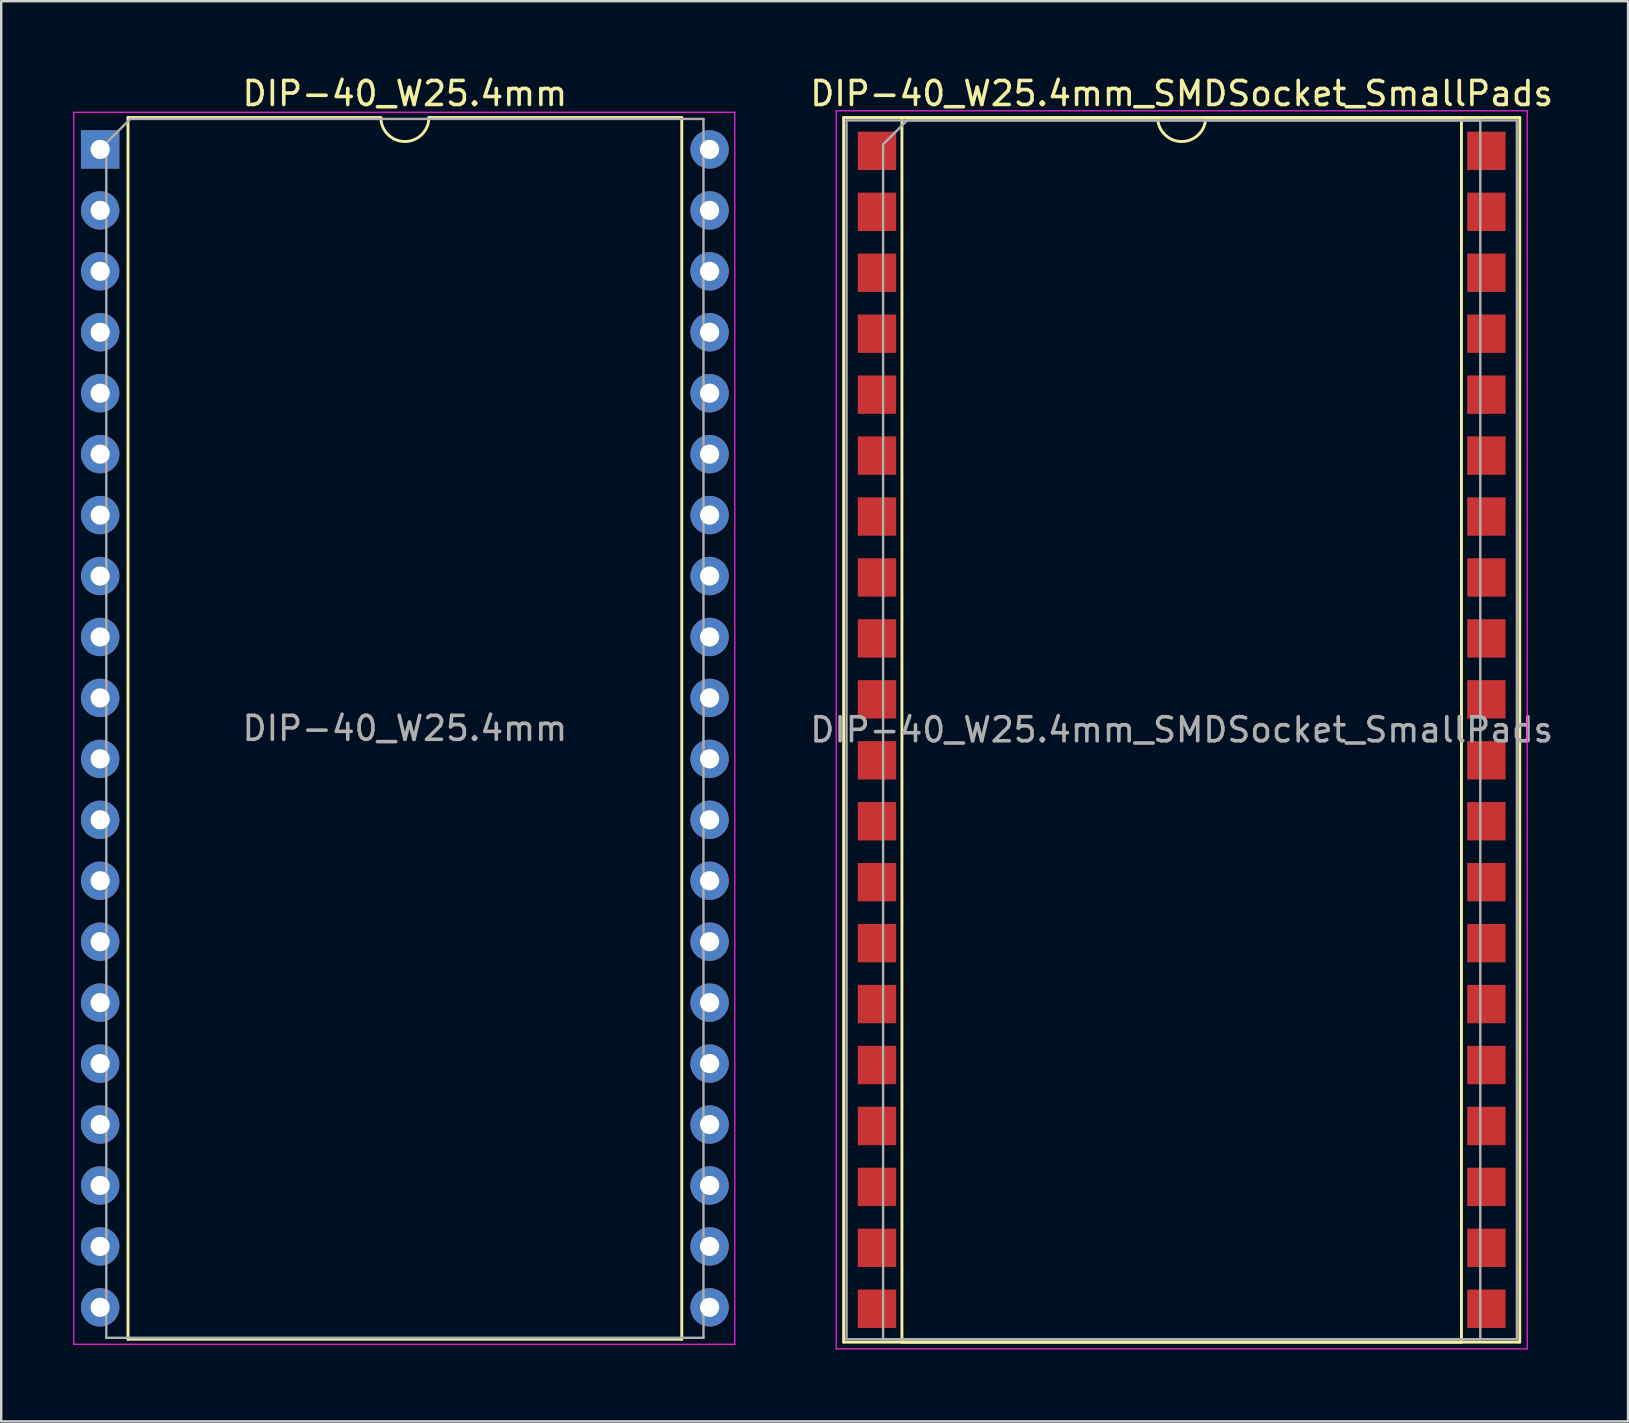
<source format=kicad_pcb>
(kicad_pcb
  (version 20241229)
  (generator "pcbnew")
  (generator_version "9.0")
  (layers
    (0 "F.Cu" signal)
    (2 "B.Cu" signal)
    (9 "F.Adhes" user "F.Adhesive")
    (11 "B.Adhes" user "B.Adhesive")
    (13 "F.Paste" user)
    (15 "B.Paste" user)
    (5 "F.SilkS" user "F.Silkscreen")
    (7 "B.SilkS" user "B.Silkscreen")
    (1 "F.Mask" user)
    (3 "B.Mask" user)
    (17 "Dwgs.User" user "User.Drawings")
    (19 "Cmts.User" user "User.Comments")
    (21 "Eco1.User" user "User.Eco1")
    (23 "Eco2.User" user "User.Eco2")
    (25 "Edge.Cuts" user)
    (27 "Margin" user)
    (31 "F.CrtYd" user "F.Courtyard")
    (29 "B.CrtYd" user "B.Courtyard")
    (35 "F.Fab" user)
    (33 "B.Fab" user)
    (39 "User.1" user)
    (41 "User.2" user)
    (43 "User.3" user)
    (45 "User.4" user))
  (footprint "DIP-40_W25.4mm"
    (layer "F.Cu")
    (at 1.125 3.178)
    (property "Reference" "DIP-40_W25.4mm" (at 12.7 -2.33 0) (layer "F.SilkS") (effects (font (size 1 1) (thickness 0.15))))
    (attr through_hole)
    (fp_line (start 1.16 -1.33) (end 1.16 49.59) (stroke (width 0.12) (type solid)) (layer "F.SilkS"))
    (fp_line (start 1.16 49.59) (end 24.24 49.59) (stroke (width 0.12) (type solid)) (layer "F.SilkS"))
    (fp_line (start 11.7 -1.33) (end 1.16 -1.33) (stroke (width 0.12) (type solid)) (layer "F.SilkS"))
    (fp_line (start 24.24 -1.33) (end 13.7 -1.33) (stroke (width 0.12) (type solid)) (layer "F.SilkS"))
    (fp_line (start 24.24 49.59) (end 24.24 -1.33) (stroke (width 0.12) (type solid)) (layer "F.SilkS"))
    (fp_arc (start 13.7 -1.33) (mid 12.7 -0.33) (end 11.7 -1.33) (stroke (width 0.12) (type solid)) (layer "F.SilkS"))
    (fp_line (start -1.1 -1.55) (end -1.1 49.8) (stroke (width 0.05) (type solid)) (layer "F.CrtYd"))
    (fp_line (start -1.1 49.8) (end 26.45 49.8) (stroke (width 0.05) (type solid)) (layer "F.CrtYd"))
    (fp_line (start 26.45 -1.55) (end -1.1 -1.55) (stroke (width 0.05) (type solid)) (layer "F.CrtYd"))
    (fp_line (start 26.45 49.8) (end 26.45 -1.55) (stroke (width 0.05) (type solid)) (layer "F.CrtYd"))
    (fp_line (start 0.255 -0.27) (end 1.255 -1.27) (stroke (width 0.1) (type solid)) (layer "F.Fab"))
    (fp_line (start 0.255 49.53) (end 0.255 -0.27) (stroke (width 0.1) (type solid)) (layer "F.Fab"))
    (fp_line (start 1.255 -1.27) (end 25.145 -1.27) (stroke (width 0.1) (type solid)) (layer "F.Fab"))
    (fp_line (start 25.145 -1.27) (end 25.145 49.53) (stroke (width 0.1) (type solid)) (layer "F.Fab"))
    (fp_line (start 25.145 49.53) (end 0.255 49.53) (stroke (width 0.1) (type solid)) (layer "F.Fab"))
    (fp_text user "${REFERENCE}" (at 12.7 24.13 0) (layer "F.Fab") (effects (font (size 1 1) (thickness 0.15))))
    (pad "1" thru_hole rect (at 0 0) (size 1.6 1.6) (drill 0.8) (layers "*.Cu" "*.Mask"))
    (pad "2" thru_hole oval (at 0 2.54) (size 1.6 1.6) (drill 0.8) (layers "*.Cu" "*.Mask"))
    (pad "3" thru_hole oval (at 0 5.08) (size 1.6 1.6) (drill 0.8) (layers "*.Cu" "*.Mask"))
    (pad "4" thru_hole oval (at 0 7.62) (size 1.6 1.6) (drill 0.8) (layers "*.Cu" "*.Mask"))
    (pad "5" thru_hole oval (at 0 10.16) (size 1.6 1.6) (drill 0.8) (layers "*.Cu" "*.Mask"))
    (pad "6" thru_hole oval (at 0 12.7) (size 1.6 1.6) (drill 0.8) (layers "*.Cu" "*.Mask"))
    (pad "7" thru_hole oval (at 0 15.24) (size 1.6 1.6) (drill 0.8) (layers "*.Cu" "*.Mask"))
    (pad "8" thru_hole oval (at 0 17.78) (size 1.6 1.6) (drill 0.8) (layers "*.Cu" "*.Mask"))
    (pad "9" thru_hole oval (at 0 20.32) (size 1.6 1.6) (drill 0.8) (layers "*.Cu" "*.Mask"))
    (pad "10" thru_hole oval (at 0 22.86) (size 1.6 1.6) (drill 0.8) (layers "*.Cu" "*.Mask"))
    (pad "11" thru_hole oval (at 0 25.4) (size 1.6 1.6) (drill 0.8) (layers "*.Cu" "*.Mask"))
    (pad "12" thru_hole oval (at 0 27.94) (size 1.6 1.6) (drill 0.8) (layers "*.Cu" "*.Mask"))
    (pad "13" thru_hole oval (at 0 30.48) (size 1.6 1.6) (drill 0.8) (layers "*.Cu" "*.Mask"))
    (pad "14" thru_hole oval (at 0 33.02) (size 1.6 1.6) (drill 0.8) (layers "*.Cu" "*.Mask"))
    (pad "15" thru_hole oval (at 0 35.56) (size 1.6 1.6) (drill 0.8) (layers "*.Cu" "*.Mask"))
    (pad "16" thru_hole oval (at 0 38.1) (size 1.6 1.6) (drill 0.8) (layers "*.Cu" "*.Mask"))
    (pad "17" thru_hole oval (at 0 40.64) (size 1.6 1.6) (drill 0.8) (layers "*.Cu" "*.Mask"))
    (pad "18" thru_hole oval (at 0 43.18) (size 1.6 1.6) (drill 0.8) (layers "*.Cu" "*.Mask"))
    (pad "19" thru_hole oval (at 0 45.72) (size 1.6 1.6) (drill 0.8) (layers "*.Cu" "*.Mask"))
    (pad "20" thru_hole oval (at 0 48.26) (size 1.6 1.6) (drill 0.8) (layers "*.Cu" "*.Mask"))
    (pad "21" thru_hole oval (at 25.4 48.26) (size 1.6 1.6) (drill 0.8) (layers "*.Cu" "*.Mask"))
    (pad "22" thru_hole oval (at 25.4 45.72) (size 1.6 1.6) (drill 0.8) (layers "*.Cu" "*.Mask"))
    (pad "23" thru_hole oval (at 25.4 43.18) (size 1.6 1.6) (drill 0.8) (layers "*.Cu" "*.Mask"))
    (pad "24" thru_hole oval (at 25.4 40.64) (size 1.6 1.6) (drill 0.8) (layers "*.Cu" "*.Mask"))
    (pad "25" thru_hole oval (at 25.4 38.1) (size 1.6 1.6) (drill 0.8) (layers "*.Cu" "*.Mask"))
    (pad "26" thru_hole oval (at 25.4 35.56) (size 1.6 1.6) (drill 0.8) (layers "*.Cu" "*.Mask"))
    (pad "27" thru_hole oval (at 25.4 33.02) (size 1.6 1.6) (drill 0.8) (layers "*.Cu" "*.Mask"))
    (pad "28" thru_hole oval (at 25.4 30.48) (size 1.6 1.6) (drill 0.8) (layers "*.Cu" "*.Mask"))
    (pad "29" thru_hole oval (at 25.4 27.94) (size 1.6 1.6) (drill 0.8) (layers "*.Cu" "*.Mask"))
    (pad "30" thru_hole oval (at 25.4 25.4) (size 1.6 1.6) (drill 0.8) (layers "*.Cu" "*.Mask"))
    (pad "31" thru_hole oval (at 25.4 22.86) (size 1.6 1.6) (drill 0.8) (layers "*.Cu" "*.Mask"))
    (pad "32" thru_hole oval (at 25.4 20.32) (size 1.6 1.6) (drill 0.8) (layers "*.Cu" "*.Mask"))
    (pad "33" thru_hole oval (at 25.4 17.78) (size 1.6 1.6) (drill 0.8) (layers "*.Cu" "*.Mask"))
    (pad "34" thru_hole oval (at 25.4 15.24) (size 1.6 1.6) (drill 0.8) (layers "*.Cu" "*.Mask"))
    (pad "35" thru_hole oval (at 25.4 12.7) (size 1.6 1.6) (drill 0.8) (layers "*.Cu" "*.Mask"))
    (pad "36" thru_hole oval (at 25.4 10.16) (size 1.6 1.6) (drill 0.8) (layers "*.Cu" "*.Mask"))
    (pad "37" thru_hole oval (at 25.4 7.62) (size 1.6 1.6) (drill 0.8) (layers "*.Cu" "*.Mask"))
    (pad "38" thru_hole oval (at 25.4 5.08) (size 1.6 1.6) (drill 0.8) (layers "*.Cu" "*.Mask"))
    (pad "39" thru_hole oval (at 25.4 2.54) (size 1.6 1.6) (drill 0.8) (layers "*.Cu" "*.Mask"))
    (pad "40" thru_hole oval (at 25.4 0) (size 1.6 1.6) (drill 0.8) (layers "*.Cu" "*.Mask")))
  (footprint "DIP-40_W25.4mm_SMDSocket_SmallPads"
    (layer "F.Cu")
    (at 46.201 27.368)
    (property "Reference" "DIP-40_W25.4mm_SMDSocket_SmallPads" (at 0 -26.52 0) (layer "F.SilkS") (effects (font (size 1 1) (thickness 0.15))))
    (attr smd)
    (fp_line (start -14.09 -25.52) (end -14.09 25.52) (stroke (width 0.12) (type solid)) (layer "F.SilkS"))
    (fp_line (start -14.09 25.52) (end 14.09 25.52) (stroke (width 0.12) (type solid)) (layer "F.SilkS"))
    (fp_line (start -11.66 -25.52) (end -11.66 25.52) (stroke (width 0.12) (type solid)) (layer "F.SilkS"))
    (fp_line (start -11.66 25.52) (end 11.66 25.52) (stroke (width 0.12) (type solid)) (layer "F.SilkS"))
    (fp_line (start -1 -25.52) (end -11.66 -25.52) (stroke (width 0.12) (type solid)) (layer "F.SilkS"))
    (fp_line (start 11.66 -25.52) (end 1 -25.52) (stroke (width 0.12) (type solid)) (layer "F.SilkS"))
    (fp_line (start 11.66 25.52) (end 11.66 -25.52) (stroke (width 0.12) (type solid)) (layer "F.SilkS"))
    (fp_line (start 14.09 -25.52) (end -14.09 -25.52) (stroke (width 0.12) (type solid)) (layer "F.SilkS"))
    (fp_line (start 14.09 25.52) (end 14.09 -25.52) (stroke (width 0.12) (type solid)) (layer "F.SilkS"))
    (fp_arc (start 1 -25.52) (mid 0 -24.52) (end -1 -25.52) (stroke (width 0.12) (type solid)) (layer "F.SilkS"))
    (fp_line (start -14.4 -25.8) (end -14.4 25.8) (stroke (width 0.05) (type solid)) (layer "F.CrtYd"))
    (fp_line (start -14.4 25.8) (end 14.4 25.8) (stroke (width 0.05) (type solid)) (layer "F.CrtYd"))
    (fp_line (start 14.4 -25.8) (end -14.4 -25.8) (stroke (width 0.05) (type solid)) (layer "F.CrtYd"))
    (fp_line (start 14.4 25.8) (end 14.4 -25.8) (stroke (width 0.05) (type solid)) (layer "F.CrtYd"))
    (fp_line (start -13.97 -25.4) (end -13.97 25.4) (stroke (width 0.1) (type solid)) (layer "F.Fab"))
    (fp_line (start -13.97 25.4) (end 13.97 25.4) (stroke (width 0.1) (type solid)) (layer "F.Fab"))
    (fp_line (start -12.445 -24.4) (end -11.445 -25.4) (stroke (width 0.1) (type solid)) (layer "F.Fab"))
    (fp_line (start -12.445 25.4) (end -12.445 -24.4) (stroke (width 0.1) (type solid)) (layer "F.Fab"))
    (fp_line (start -11.445 -25.4) (end 12.445 -25.4) (stroke (width 0.1) (type solid)) (layer "F.Fab"))
    (fp_line (start 12.445 -25.4) (end 12.445 25.4) (stroke (width 0.1) (type solid)) (layer "F.Fab"))
    (fp_line (start 12.445 25.4) (end -12.445 25.4) (stroke (width 0.1) (type solid)) (layer "F.Fab"))
    (fp_line (start 13.97 -25.4) (end -13.97 -25.4) (stroke (width 0.1) (type solid)) (layer "F.Fab"))
    (fp_line (start 13.97 25.4) (end 13.97 -25.4) (stroke (width 0.1) (type solid)) (layer "F.Fab"))
    (fp_text user "${REFERENCE}" (at 0 0 0) (layer "F.Fab") (effects (font (size 1 1) (thickness 0.15))))
    (pad "1" smd rect (at -12.7 -24.13) (size 1.6 1.6) (layers "F.Cu" "F.Mask" "F.Paste"))
    (pad "2" smd rect (at -12.7 -21.59) (size 1.6 1.6) (layers "F.Cu" "F.Mask" "F.Paste"))
    (pad "3" smd rect (at -12.7 -19.05) (size 1.6 1.6) (layers "F.Cu" "F.Mask" "F.Paste"))
    (pad "4" smd rect (at -12.7 -16.51) (size 1.6 1.6) (layers "F.Cu" "F.Mask" "F.Paste"))
    (pad "5" smd rect (at -12.7 -13.97) (size 1.6 1.6) (layers "F.Cu" "F.Mask" "F.Paste"))
    (pad "6" smd rect (at -12.7 -11.43) (size 1.6 1.6) (layers "F.Cu" "F.Mask" "F.Paste"))
    (pad "7" smd rect (at -12.7 -8.89) (size 1.6 1.6) (layers "F.Cu" "F.Mask" "F.Paste"))
    (pad "8" smd rect (at -12.7 -6.35) (size 1.6 1.6) (layers "F.Cu" "F.Mask" "F.Paste"))
    (pad "9" smd rect (at -12.7 -3.81) (size 1.6 1.6) (layers "F.Cu" "F.Mask" "F.Paste"))
    (pad "10" smd rect (at -12.7 -1.27) (size 1.6 1.6) (layers "F.Cu" "F.Mask" "F.Paste"))
    (pad "11" smd rect (at -12.7 1.27) (size 1.6 1.6) (layers "F.Cu" "F.Mask" "F.Paste"))
    (pad "12" smd rect (at -12.7 3.81) (size 1.6 1.6) (layers "F.Cu" "F.Mask" "F.Paste"))
    (pad "13" smd rect (at -12.7 6.35) (size 1.6 1.6) (layers "F.Cu" "F.Mask" "F.Paste"))
    (pad "14" smd rect (at -12.7 8.89) (size 1.6 1.6) (layers "F.Cu" "F.Mask" "F.Paste"))
    (pad "15" smd rect (at -12.7 11.43) (size 1.6 1.6) (layers "F.Cu" "F.Mask" "F.Paste"))
    (pad "16" smd rect (at -12.7 13.97) (size 1.6 1.6) (layers "F.Cu" "F.Mask" "F.Paste"))
    (pad "17" smd rect (at -12.7 16.51) (size 1.6 1.6) (layers "F.Cu" "F.Mask" "F.Paste"))
    (pad "18" smd rect (at -12.7 19.05) (size 1.6 1.6) (layers "F.Cu" "F.Mask" "F.Paste"))
    (pad "19" smd rect (at -12.7 21.59) (size 1.6 1.6) (layers "F.Cu" "F.Mask" "F.Paste"))
    (pad "20" smd rect (at -12.7 24.13) (size 1.6 1.6) (layers "F.Cu" "F.Mask" "F.Paste"))
    (pad "21" smd rect (at 12.7 24.13) (size 1.6 1.6) (layers "F.Cu" "F.Mask" "F.Paste"))
    (pad "22" smd rect (at 12.7 21.59) (size 1.6 1.6) (layers "F.Cu" "F.Mask" "F.Paste"))
    (pad "23" smd rect (at 12.7 19.05) (size 1.6 1.6) (layers "F.Cu" "F.Mask" "F.Paste"))
    (pad "24" smd rect (at 12.7 16.51) (size 1.6 1.6) (layers "F.Cu" "F.Mask" "F.Paste"))
    (pad "25" smd rect (at 12.7 13.97) (size 1.6 1.6) (layers "F.Cu" "F.Mask" "F.Paste"))
    (pad "26" smd rect (at 12.7 11.43) (size 1.6 1.6) (layers "F.Cu" "F.Mask" "F.Paste"))
    (pad "27" smd rect (at 12.7 8.89) (size 1.6 1.6) (layers "F.Cu" "F.Mask" "F.Paste"))
    (pad "28" smd rect (at 12.7 6.35) (size 1.6 1.6) (layers "F.Cu" "F.Mask" "F.Paste"))
    (pad "29" smd rect (at 12.7 3.81) (size 1.6 1.6) (layers "F.Cu" "F.Mask" "F.Paste"))
    (pad "30" smd rect (at 12.7 1.27) (size 1.6 1.6) (layers "F.Cu" "F.Mask" "F.Paste"))
    (pad "31" smd rect (at 12.7 -1.27) (size 1.6 1.6) (layers "F.Cu" "F.Mask" "F.Paste"))
    (pad "32" smd rect (at 12.7 -3.81) (size 1.6 1.6) (layers "F.Cu" "F.Mask" "F.Paste"))
    (pad "33" smd rect (at 12.7 -6.35) (size 1.6 1.6) (layers "F.Cu" "F.Mask" "F.Paste"))
    (pad "34" smd rect (at 12.7 -8.89) (size 1.6 1.6) (layers "F.Cu" "F.Mask" "F.Paste"))
    (pad "35" smd rect (at 12.7 -11.43) (size 1.6 1.6) (layers "F.Cu" "F.Mask" "F.Paste"))
    (pad "36" smd rect (at 12.7 -13.97) (size 1.6 1.6) (layers "F.Cu" "F.Mask" "F.Paste"))
    (pad "37" smd rect (at 12.7 -16.51) (size 1.6 1.6) (layers "F.Cu" "F.Mask" "F.Paste"))
    (pad "38" smd rect (at 12.7 -19.05) (size 1.6 1.6) (layers "F.Cu" "F.Mask" "F.Paste"))
    (pad "39" smd rect (at 12.7 -21.59) (size 1.6 1.6) (layers "F.Cu" "F.Mask" "F.Paste"))
    (pad "40" smd rect (at 12.7 -24.13) (size 1.6 1.6) (layers "F.Cu" "F.Mask" "F.Paste")))
  (gr_rect
    (start -3 -3)
    (end 64.802 56.193)
    (stroke (width 0.1) (type default))
    (fill no)
    (layer "Edge.Cuts")))
</source>
